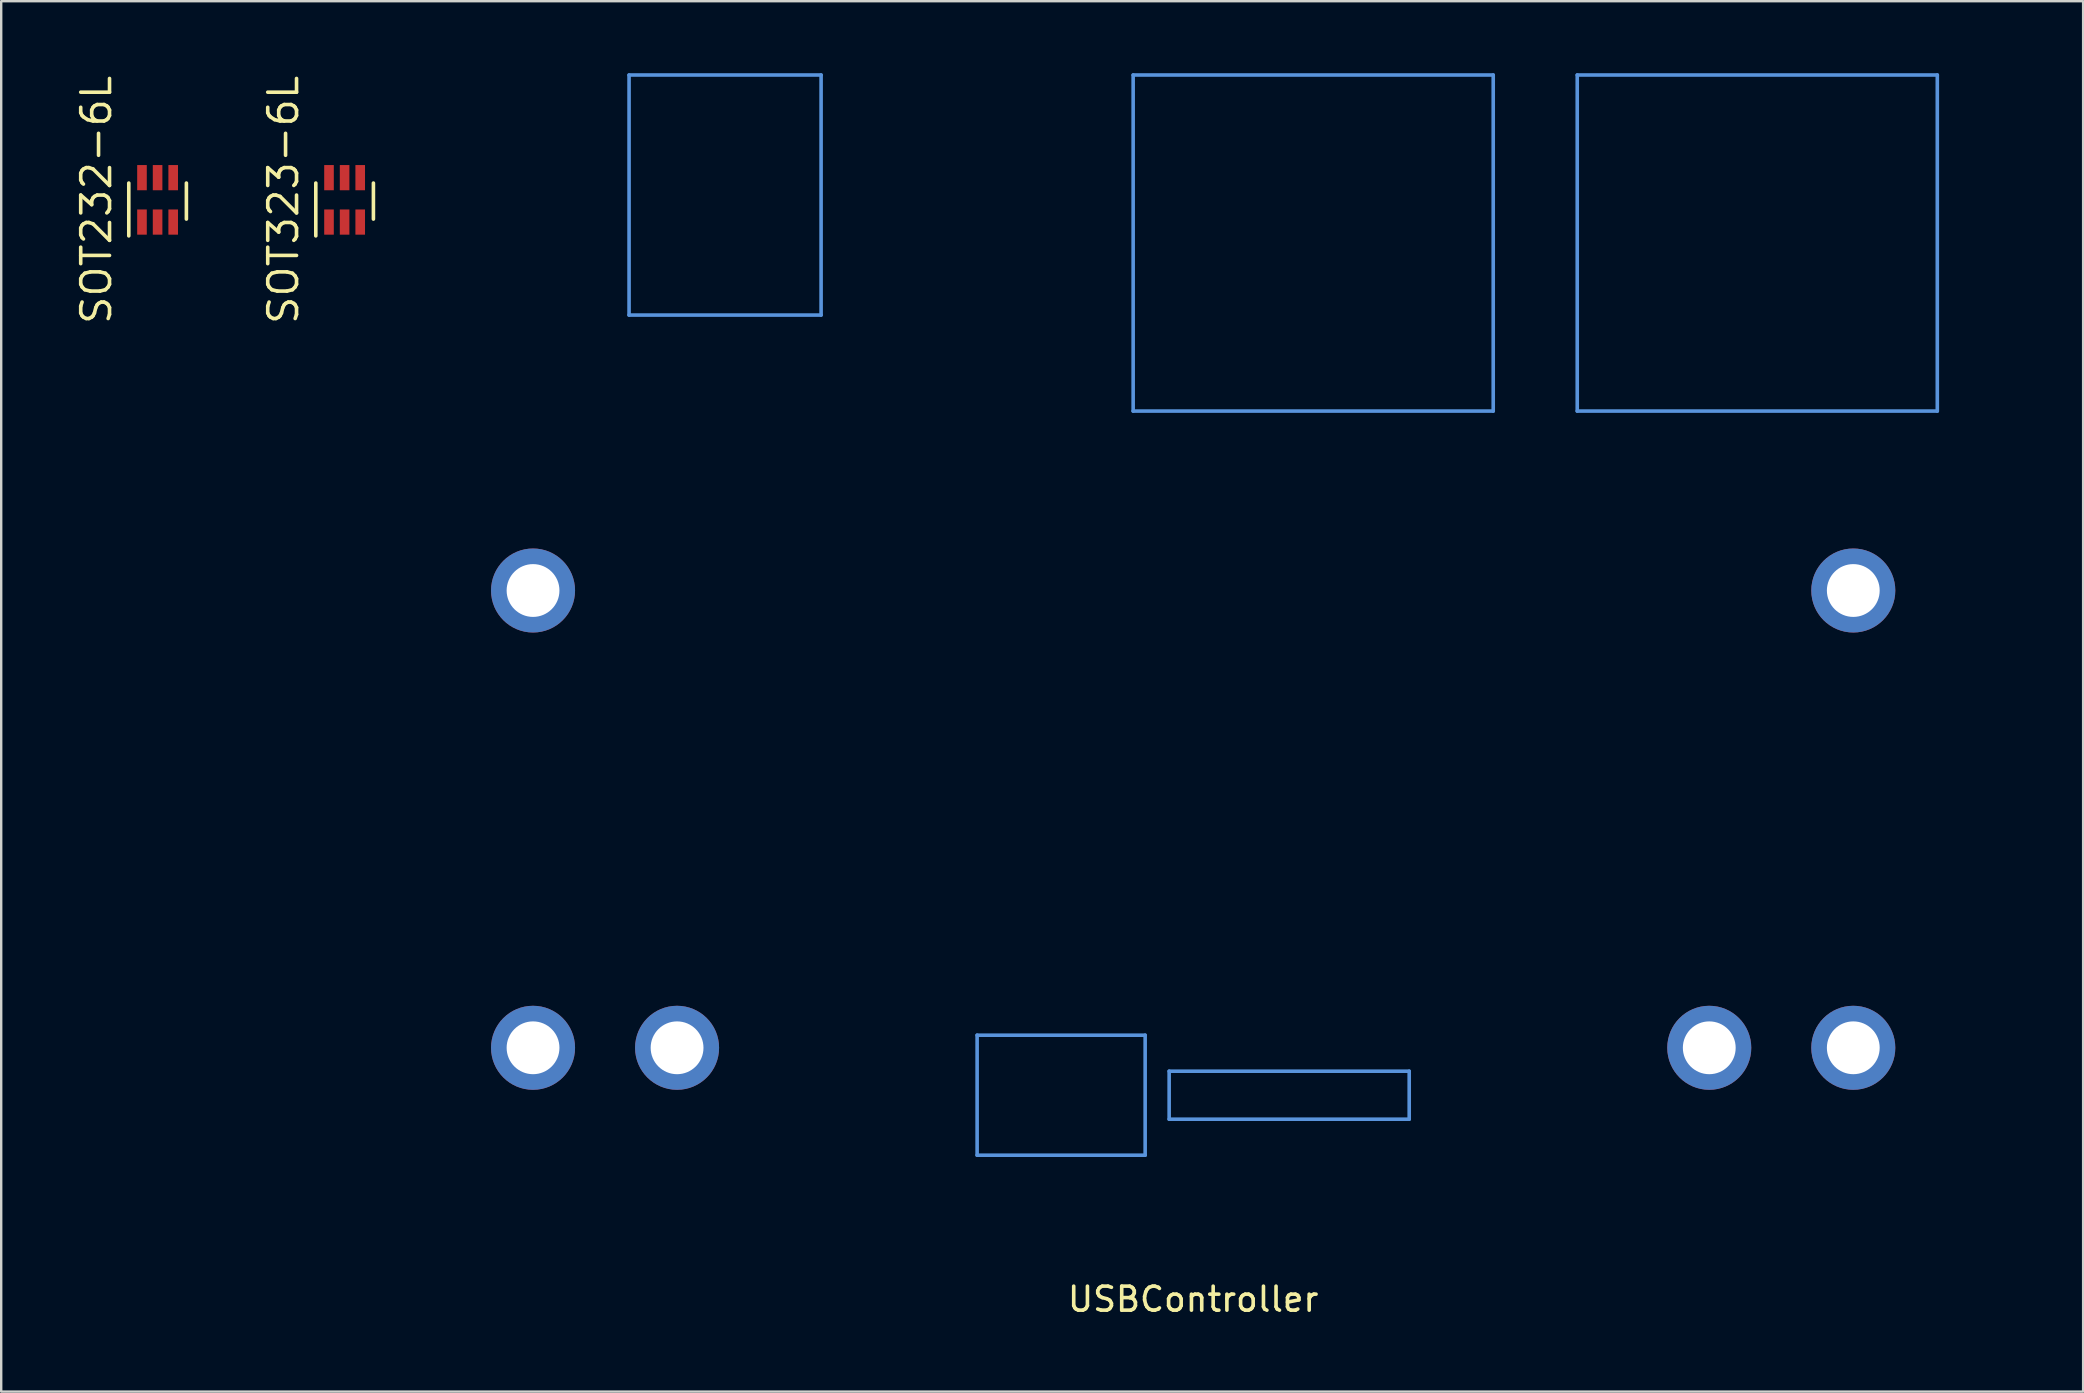
<source format=kicad_pcb>
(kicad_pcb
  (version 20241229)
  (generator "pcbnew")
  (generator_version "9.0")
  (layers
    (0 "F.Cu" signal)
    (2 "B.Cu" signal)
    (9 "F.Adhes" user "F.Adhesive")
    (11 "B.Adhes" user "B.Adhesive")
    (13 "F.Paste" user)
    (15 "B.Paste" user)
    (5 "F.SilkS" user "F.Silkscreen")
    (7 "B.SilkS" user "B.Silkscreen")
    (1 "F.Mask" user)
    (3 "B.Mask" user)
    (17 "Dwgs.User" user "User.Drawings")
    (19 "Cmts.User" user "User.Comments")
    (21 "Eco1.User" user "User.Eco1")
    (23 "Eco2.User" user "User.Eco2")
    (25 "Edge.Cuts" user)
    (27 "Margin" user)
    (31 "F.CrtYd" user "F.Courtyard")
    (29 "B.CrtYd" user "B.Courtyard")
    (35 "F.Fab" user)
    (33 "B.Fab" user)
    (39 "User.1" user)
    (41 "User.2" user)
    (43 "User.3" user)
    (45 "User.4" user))
  (footprint "SOT323-6L"
    (layer "F.Cu")
    (at 11.306 5.276)
    (property "Reference" "SOT323-6L" (at -2.55 0 90) (layer "F.SilkS") (effects (font (size 1.2 1.2) (thickness 0.15))))
    (attr through_hole)
    (fp_line (start -1.2 -0.7) (end -1.2 1.5) (stroke (width 0.15) (type solid)) (layer "F.SilkS"))
    (fp_line (start 1.2 -0.7) (end 1.2 0.8) (stroke (width 0.15) (type solid)) (layer "F.SilkS"))
    (pad "1" smd rect (at -0.65 0.925) (size 0.4 1.05) (layers "F.Cu" "F.Mask" "F.Paste"))
    (pad "2" smd rect (at 0 0.925) (size 0.4 1.05) (layers "F.Cu" "F.Mask" "F.Paste"))
    (pad "3" smd rect (at 0.65 0.925) (size 0.4 1.05) (layers "F.Cu" "F.Mask" "F.Paste"))
    (pad "4" smd rect (at 0.65 -0.925) (size 0.4 1.05) (layers "F.Cu" "F.Mask" "F.Paste"))
    (pad "5" smd rect (at 0 -0.925) (size 0.4 1.05) (layers "F.Cu" "F.Mask" "F.Paste"))
    (pad "6" smd rect (at -0.65 -0.925) (size 0.4 1.05) (layers "F.Cu" "F.Mask" "F.Paste")))
  (footprint "USBController"
    (layer "F.Cu")
    (at 46.656 31.075)
    (property "Reference" "USBController" (at 0 20 0) (layer "F.SilkS") (effects (font (size 1 1) (thickness 0.15))))
    (attr through_hole)
    (fp_line (start -23.5 -31) (end -23.5 -21) (stroke (width 0.15) (type solid)) (layer "Cmts.User"))
    (fp_line (start -23.5 -31) (end -15.5 -31) (stroke (width 0.15) (type solid)) (layer "Cmts.User"))
    (fp_line (start -23.5 -21) (end -15.5 -21) (stroke (width 0.15) (type solid)) (layer "Cmts.User"))
    (fp_line (start -15.5 -21) (end -15.5 -31) (stroke (width 0.15) (type solid)) (layer "Cmts.User"))
    (fp_line (start -9 9) (end -9 14) (stroke (width 0.15) (type solid)) (layer "Cmts.User"))
    (fp_line (start -9 14) (end -2 14) (stroke (width 0.15) (type solid)) (layer "Cmts.User"))
    (fp_line (start -2.5 -17) (end -2.5 -31) (stroke (width 0.15) (type solid)) (layer "Cmts.User"))
    (fp_line (start -2 9) (end -9 9) (stroke (width 0.15) (type solid)) (layer "Cmts.User"))
    (fp_line (start -2 14) (end -2 9) (stroke (width 0.15) (type solid)) (layer "Cmts.User"))
    (fp_line (start -1 10.5) (end 9 10.5) (stroke (width 0.15) (type solid)) (layer "Cmts.User"))
    (fp_line (start -1 12.5) (end -1 10.5) (stroke (width 0.15) (type solid)) (layer "Cmts.User"))
    (fp_line (start 9 10.5) (end 9 12.5) (stroke (width 0.15) (type solid)) (layer "Cmts.User"))
    (fp_line (start 9 12.5) (end -1 12.5) (stroke (width 0.15) (type solid)) (layer "Cmts.User"))
    (fp_line (start 12.5 -31) (end -2.5 -31) (stroke (width 0.15) (type solid)) (layer "Cmts.User"))
    (fp_line (start 12.5 -31) (end 12.5 -17) (stroke (width 0.15) (type solid)) (layer "Cmts.User"))
    (fp_line (start 12.5 -17) (end -2.5 -17) (stroke (width 0.15) (type solid)) (layer "Cmts.User"))
    (fp_line (start 16 -31) (end 16 -17) (stroke (width 0.15) (type solid)) (layer "Cmts.User"))
    (fp_line (start 16 -17) (end 31 -17) (stroke (width 0.15) (type solid)) (layer "Cmts.User"))
    (fp_line (start 31 -31) (end 16 -31) (stroke (width 0.15) (type solid)) (layer "Cmts.User"))
    (fp_line (start 31 -31) (end 31 -17) (stroke (width 0.15) (type solid)) (layer "Cmts.User"))
    (fp_line (start -31 15.075) (end -31 -18.924) (stroke (width 0.15) (type solid)) (layer "Eco2.User"))
    (fp_line (start -26 -29.925) (end -26 -18.925) (stroke (width 0.15) (type solid)) (layer "Eco2.User"))
    (fp_line (start -26 -18.924) (end -31 -18.924) (stroke (width 0.15) (type solid)) (layer "Eco2.User"))
    (fp_line (start -1 13.075) (end -1 15.075) (stroke (width 0.15) (type solid)) (layer "Eco2.User"))
    (fp_line (start -1 15.075) (end -31 15.075) (stroke (width 0.15) (type solid)) (layer "Eco2.User"))
    (fp_line (start 9 13.075) (end -1 13.075) (stroke (width 0.15) (type solid)) (layer "Eco2.User"))
    (fp_line (start 9 15.075) (end 9 13.075) (stroke (width 0.15) (type solid)) (layer "Eco2.User"))
    (fp_line (start 34 -29.925) (end -26 -29.925) (stroke (width 0.15) (type solid)) (layer "Eco2.User"))
    (fp_line (start 34 -29.925) (end 34 15.075) (stroke (width 0.15) (type solid)) (layer "Eco2.User"))
    (fp_line (start 34 15.075) (end 9 15.075) (stroke (width 0.15) (type solid)) (layer "Eco2.User"))
    (pad "1" thru_hole circle (at -27.5 -9.525) (size 3.5 3.5) (drill 2.2) (layers "*.Cu" "*.Mask"))
    (pad "1" thru_hole circle (at -27.5 9.525) (size 3.5 3.5) (drill 2.2) (layers "*.Cu" "*.Mask"))
    (pad "1" thru_hole circle (at -21.5 9.525) (size 3.5 3.5) (drill 2.2) (layers "*.Cu" "*.Mask"))
    (pad "1" thru_hole circle (at 21.5 9.525) (size 3.5 3.5) (drill 2.2) (layers "*.Cu" "*.Mask"))
    (pad "1" thru_hole circle (at 27.5 -9.525) (size 3.5 3.5) (drill 2.2) (layers "*.Cu" "*.Mask"))
    (pad "1" thru_hole circle (at 27.5 9.525) (size 3.5 3.5) (drill 2.2) (layers "*.Cu" "*.Mask")))
  (footprint "SOT232-6L"
    (layer "F.Cu")
    (at 3.515 5.276)
    (property "Reference" "SOT232-6L" (at -2.55 0 90) (layer "F.SilkS") (effects (font (size 1.2 1.2) (thickness 0.15))))
    (attr through_hole)
    (fp_line (start -1.2 -0.7) (end -1.2 1.5) (stroke (width 0.15) (type solid)) (layer "F.SilkS"))
    (fp_line (start 1.2 -0.7) (end 1.2 0.8) (stroke (width 0.15) (type solid)) (layer "F.SilkS"))
    (pad "1" smd rect (at -0.65 0.925) (size 0.4 1.05) (layers "F.Cu" "F.Mask" "F.Paste"))
    (pad "2" smd rect (at 0 0.925) (size 0.4 1.05) (layers "F.Cu" "F.Mask" "F.Paste"))
    (pad "3" smd rect (at 0.65 0.925) (size 0.4 1.05) (layers "F.Cu" "F.Mask" "F.Paste"))
    (pad "4" smd rect (at 0.65 -0.925) (size 0.4 1.05) (layers "F.Cu" "F.Mask" "F.Paste"))
    (pad "5" smd rect (at 0 -0.925) (size 0.4 1.05) (layers "F.Cu" "F.Mask" "F.Paste"))
    (pad "6" smd rect (at -0.65 -0.925) (size 0.4 1.05) (layers "F.Cu" "F.Mask" "F.Paste")))
  (gr_rect
    (start -3 -3)
    (end 83.731 54.923)
    (stroke (width 0.1) (type default))
    (fill no)
    (layer "Edge.Cuts")))
</source>
